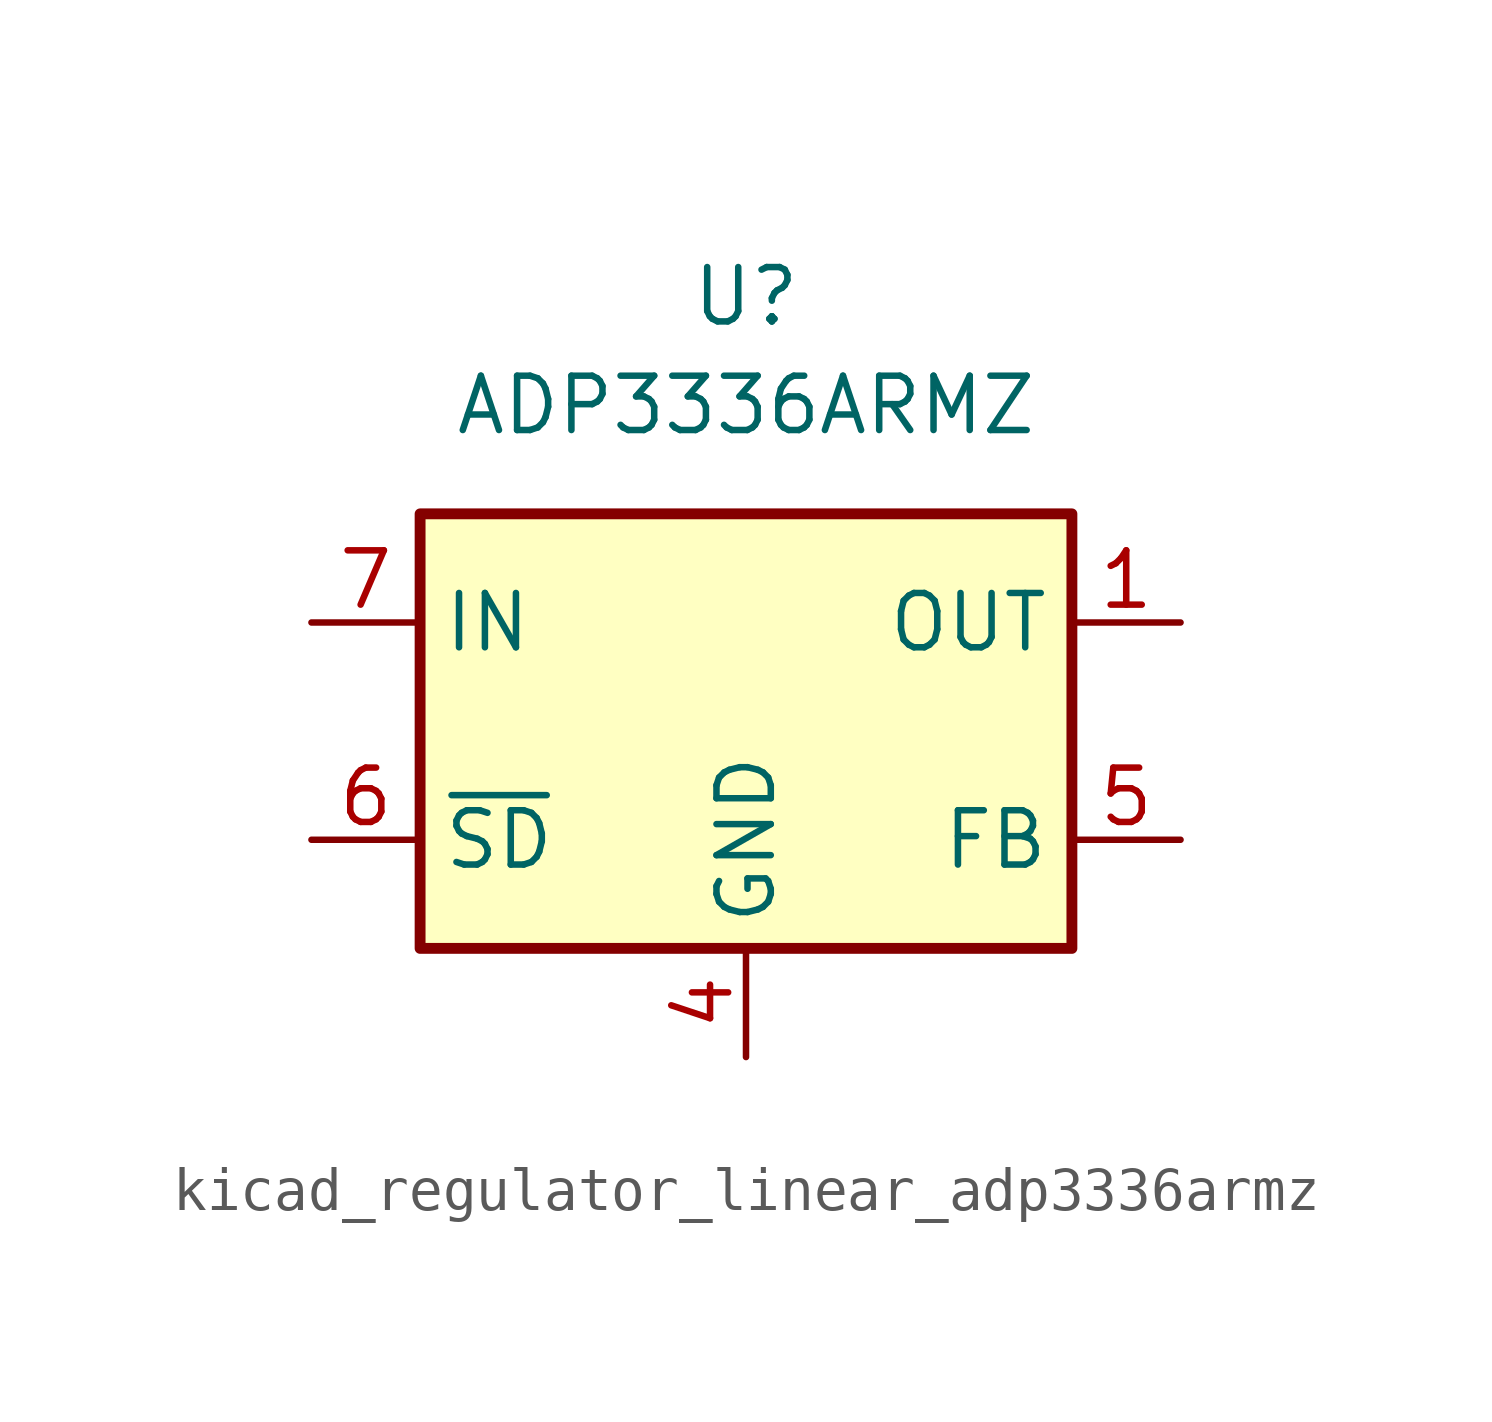
<source format=kicad_sym>
(kicad_symbol_lib
  (version 20220914)
  (generator kicad_symbol_editor)
  (symbol "kicad_regulator_linear_adp3336armz"
    (property "Reference" "U"
      (at 0 10.16 0)
      (effects (font (size 1.27 1.27))))
    (property "Value" "ADP3336ARMZ"
      (at 0 7.62 0)
      (effects (font (size 1.27 1.27))))
    (symbol "kicad_regulator_linear_adp3336armz_1_1"
      (rectangle (start -7.62 5.08) (end 7.62 -5.08) (stroke (width 0.254) (type default)) (fill (type background)))
      (pin power_out line (at 10.16 2.54 180) (length 2.54) (name "OUT" (effects (font (size 1.27 1.27)))) (number "1" (effects (font (size 1.27 1.27)))))
      (pin passive line (at 10.16 2.54 180) (length 2.54) hide (name "OUT" (effects (font (size 1.27 1.27)))) (number "2" (effects (font (size 1.27 1.27)))))
      (pin passive line (at 10.16 2.54 180) (length 2.54) hide (name "OUT" (effects (font (size 1.27 1.27)))) (number "3" (effects (font (size 1.27 1.27)))))
      (pin power_in line (at 0 -7.62 90) (length 2.54) (name "GND" (effects (font (size 1.27 1.27)))) (number "4" (effects (font (size 1.27 1.27)))))
      (pin passive line (at 10.16 -2.54 180) (length 2.54) (name "FB" (effects (font (size 1.27 1.27)))) (number "5" (effects (font (size 1.27 1.27)))))
      (pin input line (at -10.16 -2.54 0) (length 2.54) (name "~{SD}" (effects (font (size 1.27 1.27)))) (number "6" (effects (font (size 1.27 1.27)))))
      (pin power_in line (at -10.16 2.54 0) (length 2.54) (name "IN" (effects (font (size 1.27 1.27)))) (number "7" (effects (font (size 1.27 1.27)))))
      (pin passive line (at -10.16 2.54 0) (length 2.54) hide (name "IN" (effects (font (size 1.27 1.27)))) (number "8" (effects (font (size 1.27 1.27))))))))
</source>
